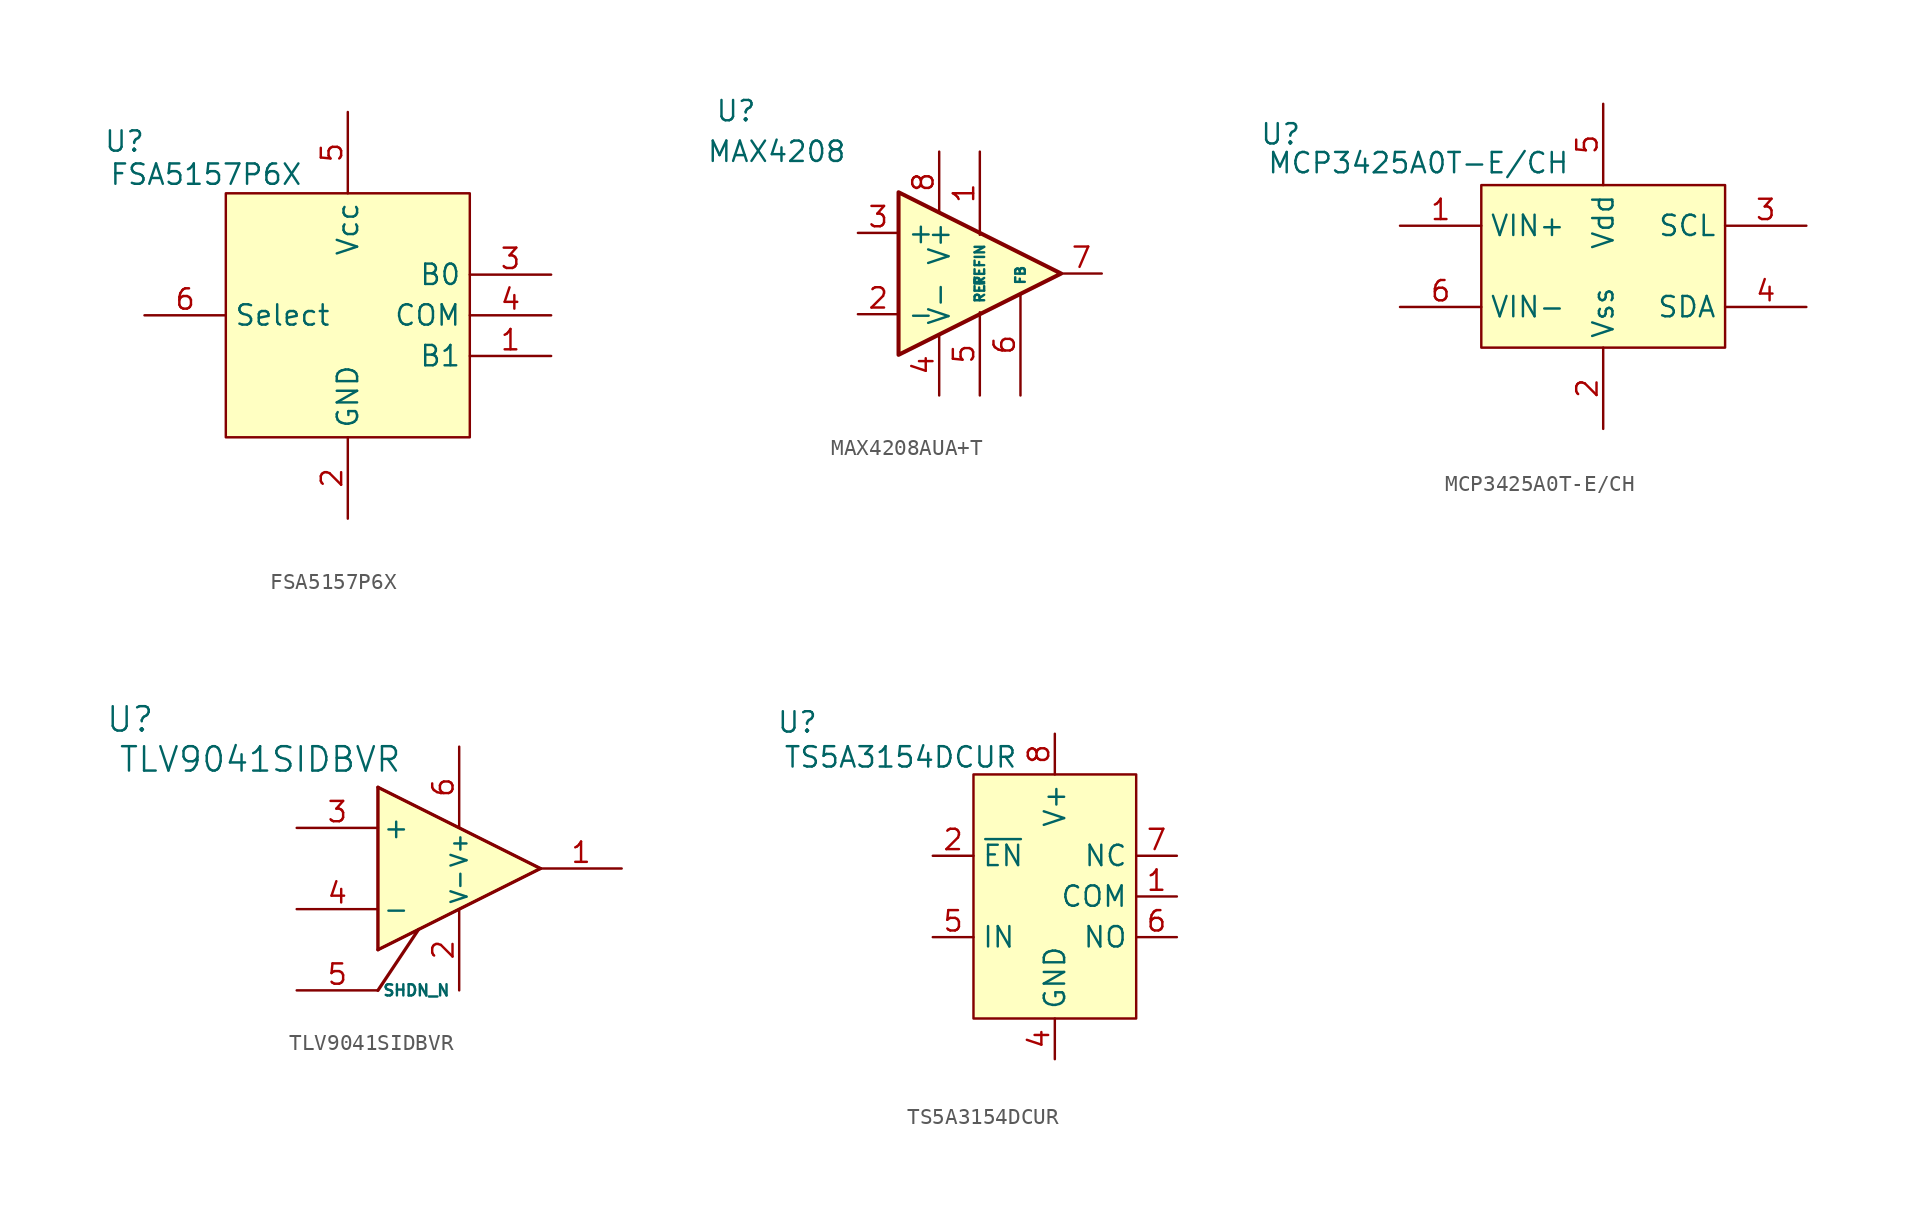
<source format=kicad_sym>
(kicad_symbol_lib
  (version 20220914)
  (generator kicad_symbol_editor)
  (symbol "FSA5157P6X"
    (property "Reference" "U"
      (at -8.87 5.783 0)
      (effects (font (size 1.27 1.27))))
    (property "Value" "FSA5157P6X"
      (at -3.783 3.716 0)
      (effects (font (size 1.27 1.27))))
    (symbol "FSA5157P6X_1_1"
      (rectangle (start -2.54 2.54) (end 12.7 -12.7) (stroke (width 0) (type default)) (fill (type background)))
      (pin input line (at 17.78 -7.62 180) (length 5.08) (name "B1" (effects (font (size 1.27 1.27)))) (number "1" (effects (font (size 1.27 1.27)))))
      (pin input line (at 5.08 -17.78 90) (length 5.08) (name "GND" (effects (font (size 1.27 1.27)))) (number "2" (effects (font (size 1.27 1.27)))))
      (pin input line (at 17.78 -2.54 180) (length 5.08) (name "B0" (effects (font (size 1.27 1.27)))) (number "3" (effects (font (size 1.27 1.27)))))
      (pin input line (at 17.78 -5.08 180) (length 5.08) (name "COM" (effects (font (size 1.27 1.27)))) (number "4" (effects (font (size 1.27 1.27)))))
      (pin input line (at 5.08 7.62 270) (length 5.08) (name "Vcc" (effects (font (size 1.27 1.27)))) (number "5" (effects (font (size 1.27 1.27)))))
      (pin input line (at -7.62 -5.08 0) (length 5.08) (name "Select" (effects (font (size 1.27 1.27)))) (number "6" (effects (font (size 1.27 1.27)))))))
  (symbol "MAX4208AUA+T"
    (property "Reference" "U"
      (at -5.08 2.54 0)
      (effects (font (size 1.27 1.27))))
    (property "Value" "MAX4208"
      (at -2.54 0 0)
      (effects (font (size 1.27 1.27))))
    (symbol "MAX4208AUA+T_0_1"
      (polyline (pts (xy 5.08 -2.54) (xy 15.24 -7.62) (xy 5.08 -12.7) (xy 5.08 -2.54)) (stroke (width 0.254) (type default)) (fill (type background))))
    (symbol "MAX4208AUA+T_1_1"
      (pin input line (at 10.16 0 270) (length 5.2) (name "REFIN" (effects (font (size 0.6 0.6)))) (number "1" (effects (font (size 1.27 1.27)))))
      (pin input line (at 2.54 -10.16 0) (length 2.54) (name "-" (effects (font (size 1.27 1.27)))) (number "2" (effects (font (size 1.27 1.27)))))
      (pin input line (at 2.54 -5.08 0) (length 2.54) (name "+" (effects (font (size 1.27 1.27)))) (number "3" (effects (font (size 1.27 1.27)))))
      (pin power_in line (at 7.62 -15.24 90) (length 3.81) (name "V-" (effects (font (size 1.27 1.27)))) (number "4" (effects (font (size 1.27 1.27)))))
      (pin input line (at 10.16 -15.24 90) (length 5.2) (name "REF" (effects (font (size 0.6 0.6)))) (number "5" (effects (font (size 1.27 1.27)))))
      (pin input line (at 12.7 -15.24 90) (length 6.35) (name "FB" (effects (font (size 0.6 0.6)))) (number "6" (effects (font (size 1.27 1.27)))))
      (pin output line (at 17.78 -7.62 180) (length 2.54) (name "~" (effects (font (size 1.27 1.27)))) (number "7" (effects (font (size 1.27 1.27)))))
      (pin power_in line (at 7.62 0 270) (length 3.81) (name "V+" (effects (font (size 1.27 1.27)))) (number "8" (effects (font (size 1.27 1.27)))))))
  (symbol "MCP3425A0T-E/CH"
    (property "Reference" "U"
      (at -10.004 3.183 0)
      (effects (font (size 1.27 1.27))))
    (property "Value" "MCP3425A0T-E/CH"
      (at -1.399 1.381 0)
      (effects (font (size 1.27 1.27))))
    (symbol "MCP3425A0T-E/CH_1_1"
      (rectangle (start 2.54 0) (end 17.78 -10.16) (stroke (width 0) (type default)) (fill (type background)))
      (pin input line (at -2.54 -2.54 0) (length 5.08) (name "VIN+" (effects (font (size 1.27 1.27)))) (number "1" (effects (font (size 1.27 1.27)))))
      (pin input line (at 10.16 -15.24 90) (length 5.08) (name "Vss" (effects (font (size 1.27 1.27)))) (number "2" (effects (font (size 1.27 1.27)))))
      (pin input line (at 22.86 -2.54 180) (length 5.08) (name "SCL" (effects (font (size 1.27 1.27)))) (number "3" (effects (font (size 1.27 1.27)))))
      (pin input line (at 22.86 -7.62 180) (length 5.08) (name "SDA" (effects (font (size 1.27 1.27)))) (number "4" (effects (font (size 1.27 1.27)))))
      (pin input line (at 10.16 5.08 270) (length 5.08) (name "Vdd" (effects (font (size 1.27 1.27)))) (number "5" (effects (font (size 1.27 1.27)))))
      (pin input line (at -2.54 -7.62 0) (length 5.08) (name "VIN-" (effects (font (size 1.27 1.27)))) (number "6" (effects (font (size 1.27 1.27)))))))
  (symbol "TLV9041SIDBVR"
    (pin_names
      (offset 0.254))
    (property "Reference" "U"
      (at -10.415 6.783 0)
      (effects (font (size 1.524 1.524))))
    (property "Value" "TLV9041SIDBVR"
      (at -2.287 4.282 0)
      (effects (font (size 1.524 1.524))))
    (symbol "TLV9041SIDBVR_0_1"
      (polyline (pts (xy 5.08 -7.62) (xy 5.08 2.54)) (stroke (width 0.203) (type default)) (fill (type none)))
      (polyline (pts (xy 5.08 -7.62) (xy 15.24 -2.54)) (stroke (width 0.203) (type default)) (fill (type none)))
      (polyline (pts (xy 5.08 2.54) (xy 15.24 -2.54)) (stroke (width 0.203) (type default)) (fill (type none)))
      (polyline (pts (xy 7.62 -6.35) (xy 5.08 -10.16)) (stroke (width 0.203) (type default)) (fill (type none))))
    (symbol "TLV9041SIDBVR_1_1"
      (polyline (pts (xy 15.24 -2.54) (xy 5.08 2.54) (xy 5.08 -7.62) (xy 15.24 -2.54)) (stroke (width 0) (type default)) (fill (type background)))
      (pin unspecified line (at 20.32 -2.54 180) (length 5.08) (name "" (effects (font (size 1 1)))) (number "1" (effects (font (size 1.27 1.27)))))
      (pin power_in line (at 10.16 -10.16 90) (length 5.08) (name "V-" (effects (font (size 1 1)))) (number "2" (effects (font (size 1.27 1.27)))))
      (pin tri_state line (at 0 0 0) (length 5.08) (name "+" (effects (font (size 1.27 1.27)))) (number "3" (effects (font (size 1.27 1.27)))))
      (pin tri_state line (at 0 -5.08 0) (length 5.08) (name "-" (effects (font (size 1.27 1.27)))) (number "4" (effects (font (size 1.27 1.27)))))
      (pin input line (at 0 -10.16 0) (length 5.08) (name "SHDN_N" (effects (font (size 0.7 0.7)))) (number "5" (effects (font (size 1.27 1.27)))))
      (pin power_in line (at 10.16 5.08 270) (length 5.08) (name "V+" (effects (font (size 1 1)))) (number "6" (effects (font (size 1.27 1.27)))))))
  (symbol "TS5A3154DCUR"
    (property "Reference" "U"
      (at -8.457 5.797 0)
      (effects (font (size 1.27 1.27))))
    (property "Value" "TS5A3154DCUR"
      (at -2.013 3.614 0)
      (effects (font (size 1.27 1.27))))
    (symbol "TS5A3154DCUR_1_1"
      (rectangle (start 2.54 2.54) (end 12.7 -12.7) (stroke (width 0) (type default)) (fill (type background)))
      (pin input line (at 15.24 -5.08 180) (length 2.54) (name "COM" (effects (font (size 1.27 1.27)))) (number "1" (effects (font (size 1.27 1.27)))))
      (pin input line (at 0 -2.54 0) (length 2.54) (name "~{EN}" (effects (font (size 1.27 1.27)))) (number "2" (effects (font (size 1.27 1.27)))))
      (pin input line (at 7.62 -15.24 90) (length 2.54) hide (name "GND" (effects (font (size 1.27 1.27)))) (number "3" (effects (font (size 1.27 1.27)))))
      (pin input line (at 7.62 -15.24 90) (length 2.54) (name "GND" (effects (font (size 1.27 1.27)))) (number "4" (effects (font (size 1.27 1.27)))))
      (pin input line (at 0 -7.62 0) (length 2.54) (name "IN" (effects (font (size 1.27 1.27)))) (number "5" (effects (font (size 1.27 1.27)))))
      (pin input line (at 15.24 -7.62 180) (length 2.54) (name "NO" (effects (font (size 1.27 1.27)))) (number "6" (effects (font (size 1.27 1.27)))))
      (pin input line (at 15.24 -2.54 180) (length 2.54) (name "NC" (effects (font (size 1.27 1.27)))) (number "7" (effects (font (size 1.27 1.27)))))
      (pin input line (at 7.62 5.08 270) (length 2.54) (name "V+" (effects (font (size 1.27 1.27)))) (number "8" (effects (font (size 1.27 1.27))))))))
</source>
